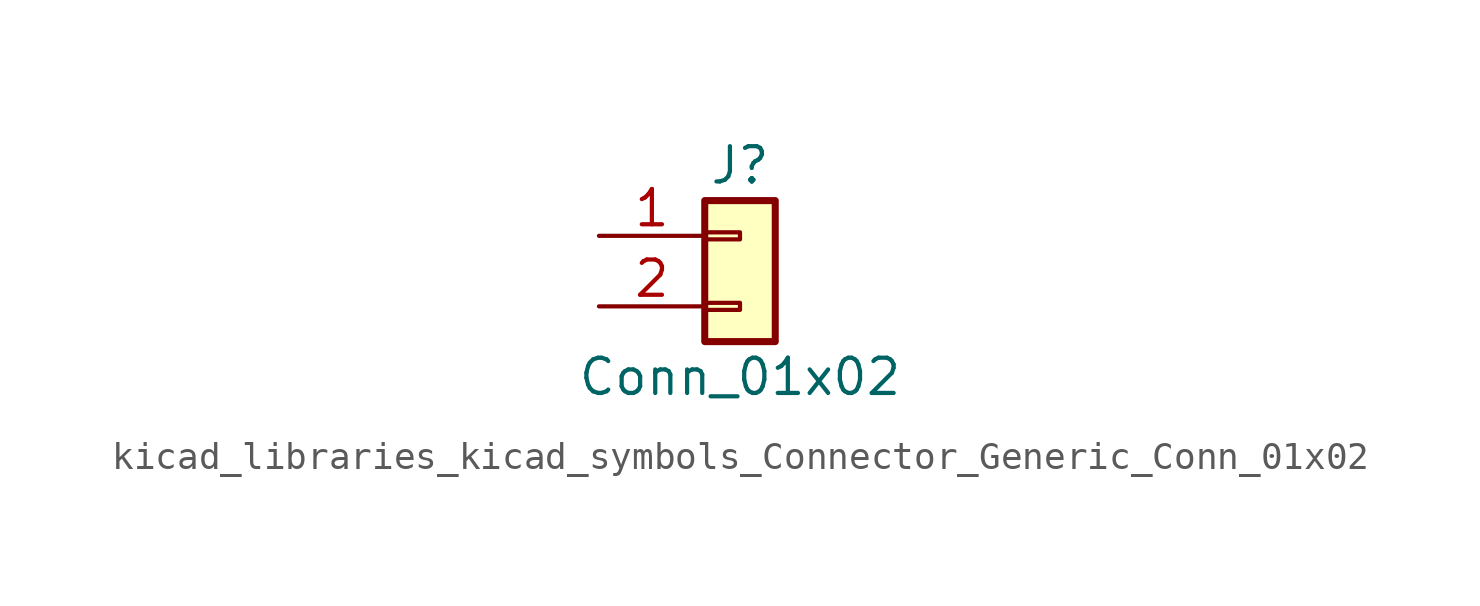
<source format=kicad_sym>
(kicad_symbol_lib
  (version 20220914)
  (generator kicad_symbol_editor)
  (symbol "kicad_libraries_kicad_symbols_Connector_Generic_Conn_01x02"
    (pin_names
      (offset 1.016) hide)
    (property "Reference" "J"
      (at 0 2.54 0)
      (effects (font (size 1.27 1.27))))
    (property "Value" "Conn_01x02"
      (at 0 -5.08 0)
      (effects (font (size 1.27 1.27))))
    (symbol "kicad_libraries_kicad_symbols_Connector_Generic_Conn_01x02_1_1"
      (rectangle (start -1.27 -2.413) (end 0 -2.667) (stroke (width 0.152) (type default)) (fill (type none)))
      (rectangle (start -1.27 0.127) (end 0 -0.127) (stroke (width 0.152) (type default)) (fill (type none)))
      (rectangle (start -1.27 1.27) (end 1.27 -3.81) (stroke (width 0.254) (type default)) (fill (type background)))
      (pin passive line (at -5.08 0 0) (length 3.81) (name "Pin_1" (effects (font (size 1.27 1.27)))) (number "1" (effects (font (size 1.27 1.27)))))
      (pin passive line (at -5.08 -2.54 0) (length 3.81) (name "Pin_2" (effects (font (size 1.27 1.27)))) (number "2" (effects (font (size 1.27 1.27))))))))
</source>
